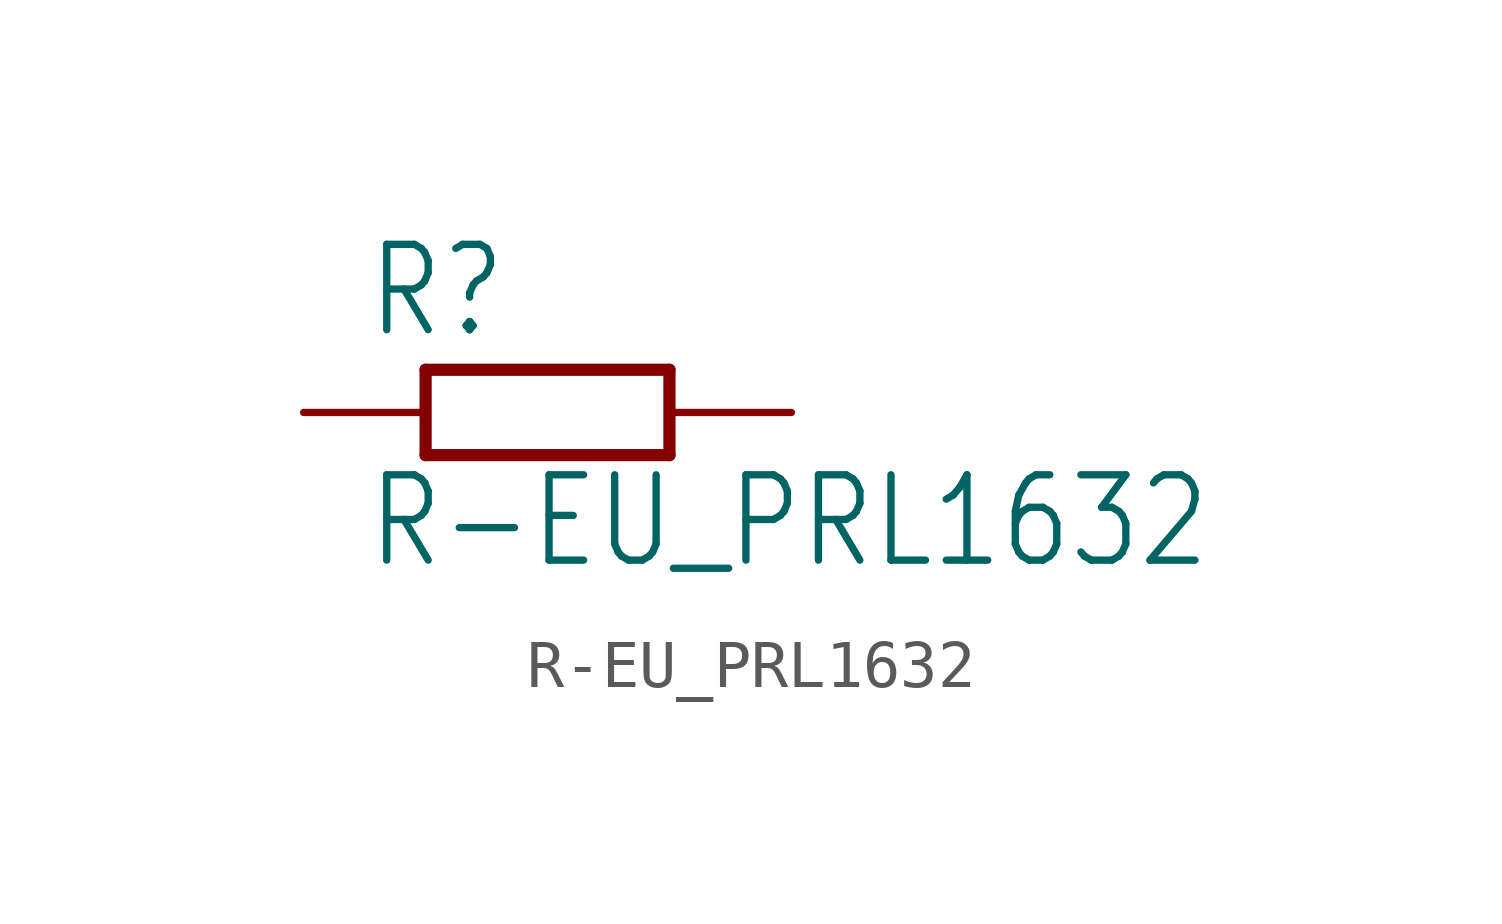
<source format=kicad_sym>
(kicad_symbol_lib
  (version 20211014)
  (generator kicad_symbol_editor)
  (symbol "R-EU_PRL1632"
    (property "Reference" "R"
      (at -3.81 1.499 0)
      (effects (font (size 1.778 1.511)) (justify left bottom)))
    (property "Value" "R-EU_PRL1632"
      (at -3.81 -3.302 0)
      (effects (font (size 1.778 1.511)) (justify left bottom)))
    (property "ki_locked" ""
      (at 0 0 0)
      (effects (font (size 1.27 1.27))))
    (symbol "R-EU_PRL1632_1_0"
      (polyline (pts (xy -2.54 -0.889) (xy -2.54 0.889)) (stroke (width 0.254) (type default) (color 0 0 0 0)) (fill (type none)))
      (polyline (pts (xy -2.54 -0.889) (xy 2.54 -0.889)) (stroke (width 0.254) (type default) (color 0 0 0 0)) (fill (type none)))
      (polyline (pts (xy 2.54 -0.889) (xy 2.54 0.889)) (stroke (width 0.254) (type default) (color 0 0 0 0)) (fill (type none)))
      (polyline (pts (xy 2.54 0.889) (xy -2.54 0.889)) (stroke (width 0.254) (type default) (color 0 0 0 0)) (fill (type none)))
      (pin passive line (at -5.08 0 0) (length 2.54) (name "1" (effects (font (size 0 0)))) (number "1" (effects (font (size 0 0)))))
      (pin passive line (at 5.08 0 180) (length 2.54) (name "2" (effects (font (size 0 0)))) (number "2" (effects (font (size 0 0))))))))
</source>
